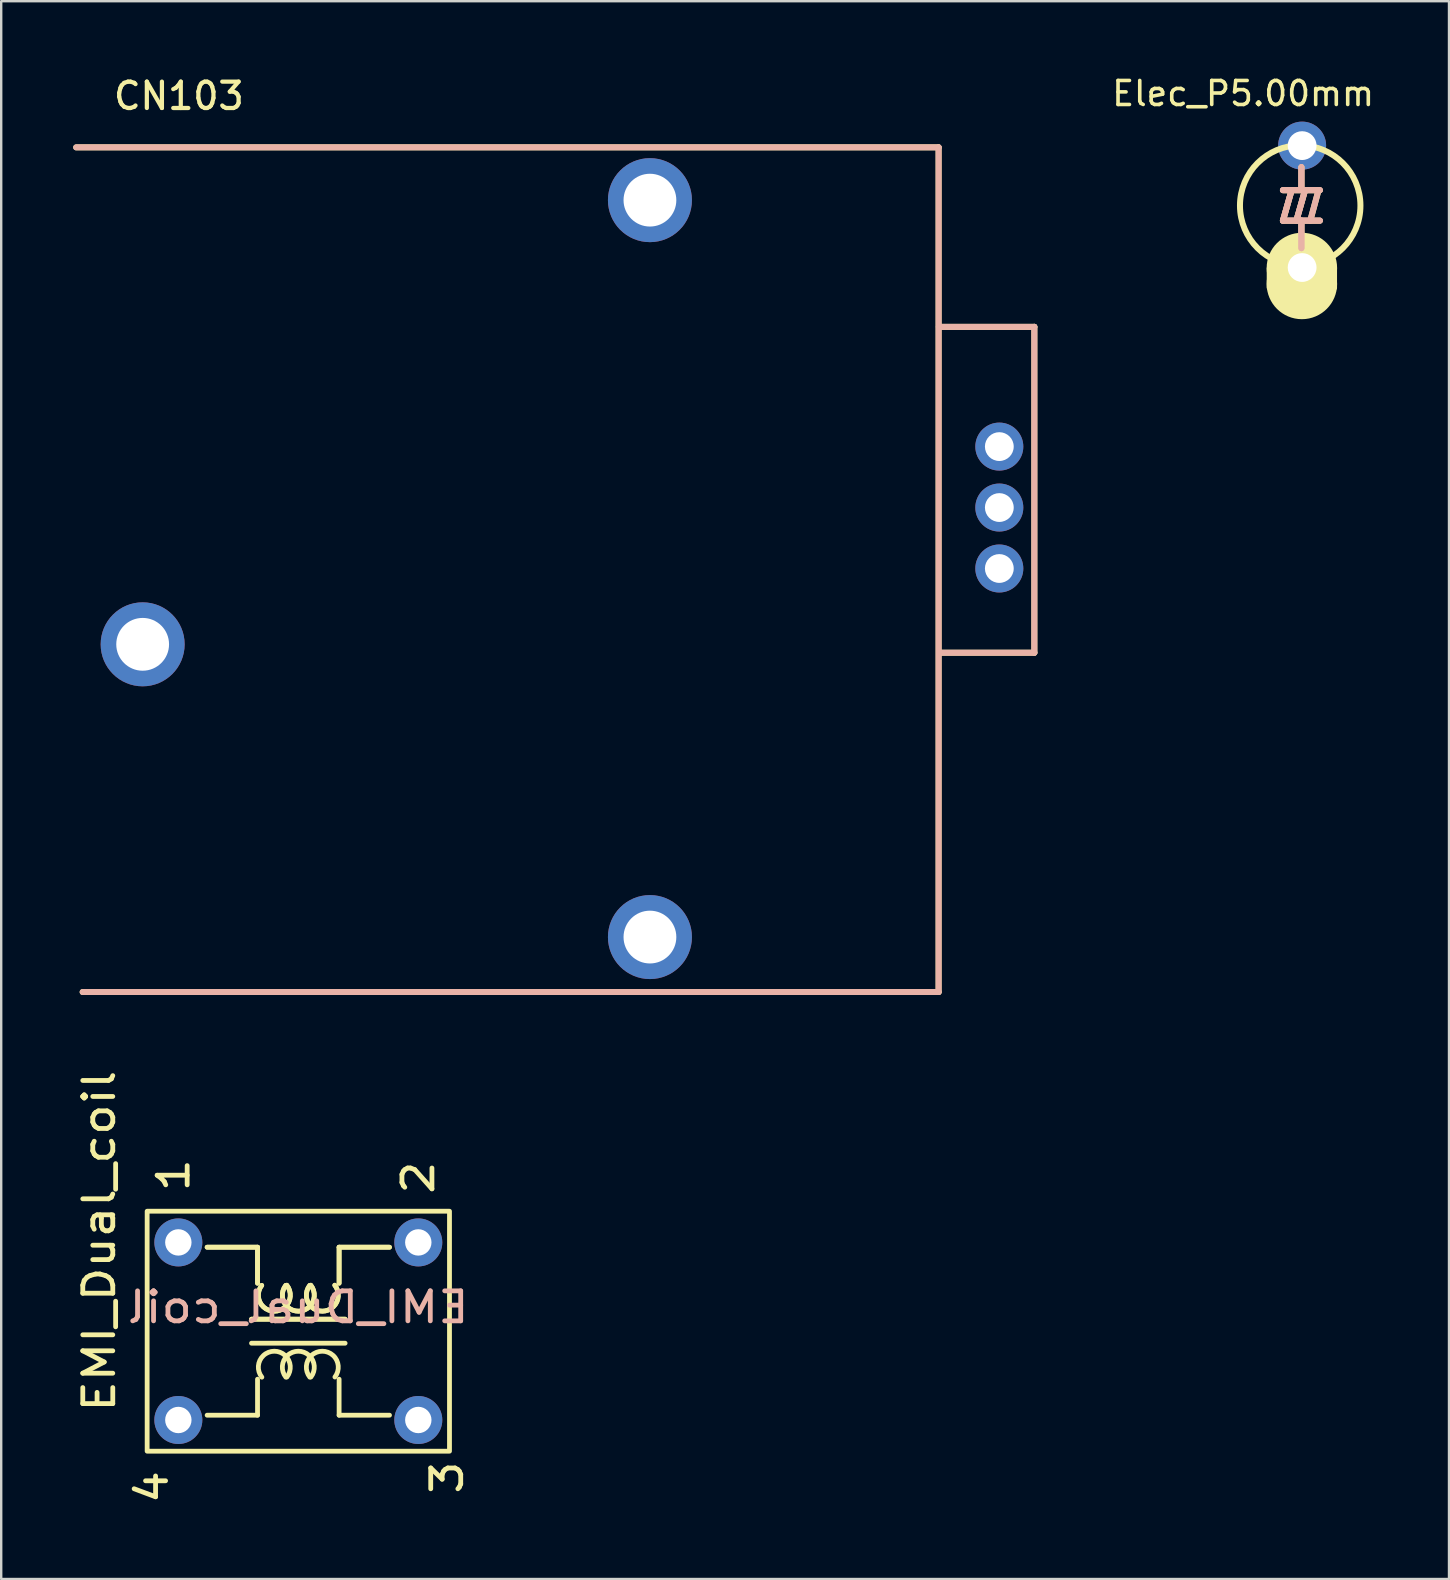
<source format=kicad_pcb>
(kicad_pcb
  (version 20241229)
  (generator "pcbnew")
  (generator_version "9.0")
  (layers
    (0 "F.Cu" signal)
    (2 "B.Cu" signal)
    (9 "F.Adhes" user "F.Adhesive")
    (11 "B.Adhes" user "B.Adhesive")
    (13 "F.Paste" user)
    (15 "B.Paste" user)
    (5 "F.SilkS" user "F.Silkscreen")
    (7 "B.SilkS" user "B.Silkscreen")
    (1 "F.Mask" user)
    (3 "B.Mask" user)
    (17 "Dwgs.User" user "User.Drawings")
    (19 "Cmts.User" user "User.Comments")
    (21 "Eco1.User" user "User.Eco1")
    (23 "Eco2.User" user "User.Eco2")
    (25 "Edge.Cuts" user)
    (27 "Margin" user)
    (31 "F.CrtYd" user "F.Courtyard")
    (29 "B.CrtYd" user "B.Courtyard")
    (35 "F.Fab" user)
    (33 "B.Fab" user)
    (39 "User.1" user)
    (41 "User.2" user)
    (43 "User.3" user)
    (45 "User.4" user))
  (footprint "EMI_Dual_coil"
    (layer "F.Cu")
    (at 9.382 52.426)
    (property "Reference" "EMI_Dual_coil" (at -8.3 -3.75 90) (unlocked yes) (layer "F.SilkS") (effects (font (size 1.25 1.4) (thickness 0.2))))
    (attr through_hole)
    (fp_line (start -3.8 3.5) (end -1.7 3.5) (stroke (width 0.2) (type default)) (layer "F.SilkS"))
    (fp_line (start -1.95 0.5) (end 1.95 0.5) (stroke (width 0.2) (type default)) (layer "F.SilkS"))
    (fp_line (start -1.7 -3.5) (end -3.8 -3.5) (stroke (width 0.2) (type default)) (layer "F.SilkS"))
    (fp_line (start -1.7 -3.5) (end -3.8 -3.5) (stroke (width 0.2) (type default)) (layer "F.SilkS"))
    (fp_line (start -1.7 -3.5) (end -1.7 -2) (stroke (width 0.2) (type default)) (layer "F.SilkS"))
    (fp_line (start -1.7 -3.5) (end -1.7 -2) (stroke (width 0.2) (type default)) (layer "F.SilkS"))
    (fp_line (start -1.7 3.5) (end -1.7 2) (stroke (width 0.2) (type default)) (layer "F.SilkS"))
    (fp_line (start 1.7 -3.5) (end 1.7 -2) (stroke (width 0.2) (type default)) (layer "F.SilkS"))
    (fp_line (start 1.7 -3.5) (end 1.7 -2) (stroke (width 0.2) (type default)) (layer "F.SilkS"))
    (fp_line (start 1.7 3.5) (end 1.7 2) (stroke (width 0.2) (type default)) (layer "F.SilkS"))
    (fp_line (start 1.7 3.5) (end 3.8 3.5) (stroke (width 0.2) (type default)) (layer "F.SilkS"))
    (fp_line (start 1.95 -0.5) (end -1.95 -0.5) (stroke (width 0.2) (type default)) (layer "F.SilkS"))
    (fp_line (start 1.95 -0.5) (end -1.95 -0.5) (stroke (width 0.2) (type default)) (layer "F.SilkS"))
    (fp_line (start 3.8 -3.5) (end 1.7 -3.5) (stroke (width 0.2) (type default)) (layer "F.SilkS"))
    (fp_line (start 3.8 -3.5) (end 1.7 -3.5) (stroke (width 0.2) (type default)) (layer "F.SilkS"))
    (fp_rect (start -6.3 5) (end 6.3 -5) (stroke (width 0.2) (type default)) (fill no) (layer "F.SilkS"))
    (fp_arc (start -1.520008 1.916013) (mid -1.004562 0.834076) (end -0.474341 1.908849) (stroke (width 0.2) (type default)) (layer "F.SilkS"))
    (fp_arc (start -0.520008 1.916013) (mid -0.004562 0.834076) (end 0.525659 1.908849) (stroke (width 0.2) (type default)) (layer "F.SilkS"))
    (fp_arc (start -0.479992 -1.916013) (mid -0.995438 -0.834076) (end -1.525659 -1.908849) (stroke (width 0.2) (type default)) (layer "F.SilkS"))
    (fp_arc (start -0.479992 -1.916013) (mid -0.995438 -0.834076) (end -1.525659 -1.908849) (stroke (width 0.2) (type default)) (layer "F.SilkS"))
    (fp_arc (start 0.479992 1.916013) (mid 0.995438 0.834076) (end 1.525659 1.908849) (stroke (width 0.2) (type default)) (layer "F.SilkS"))
    (fp_arc (start 0.520008 -1.916013) (mid 0.004562 -0.834076) (end -0.525659 -1.908849) (stroke (width 0.2) (type default)) (layer "F.SilkS"))
    (fp_arc (start 0.520008 -1.916013) (mid 0.004562 -0.834076) (end -0.525659 -1.908849) (stroke (width 0.2) (type default)) (layer "F.SilkS"))
    (fp_arc (start 1.520008 -1.916013) (mid 1.004562 -0.834076) (end 0.474341 -1.908849) (stroke (width 0.2) (type default)) (layer "F.SilkS"))
    (fp_arc (start 1.520008 -1.916013) (mid 1.004562 -0.834076) (end 0.474341 -1.908849) (stroke (width 0.2) (type default)) (layer "F.SilkS"))
    (fp_text user "3" (at 6.2 6.1 90) (unlocked yes) (layer "F.SilkS") (effects (font (size 1.25 1.4) (thickness 0.2))))
    (fp_text user "1" (at -5.2 -6.5 90) (unlocked yes) (layer "F.SilkS") (effects (font (size 1.25 1.4) (thickness 0.2))))
    (fp_text user "4" (at -6.1 6.5 90) (unlocked yes) (layer "F.SilkS") (effects (font (size 1.25 1.4) (thickness 0.2))))
    (fp_text user "2" (at 5 -6.4 90) (unlocked yes) (layer "F.SilkS") (effects (font (size 1.25 1.4) (thickness 0.2))))
    (fp_text user "${REFERENCE}" (at 0 -1 0) (unlocked yes) (layer "B.SilkS") (effects (font (size 1.25 1.4) (thickness 0.2)) (justify mirror)))
    (pad "1" thru_hole circle (at -5 -3.7) (size 2 2) (drill 1.1) (layers "*.Cu" "*.Mask"))
    (pad "2" thru_hole circle (at 5 -3.7) (size 2 2) (drill 1.1) (layers "*.Cu" "*.Mask"))
    (pad "3" thru_hole circle (at -5 3.7) (size 2 2) (drill 1.1) (layers "*.Cu" "*.Mask"))
    (pad "4" thru_hole circle (at 5 3.7) (size 2 2) (drill 1.1) (layers "*.Cu" "*.Mask")))
  (footprint "Elec_P5.00mm"
    (layer "F.Cu")
    (at 51.177 5.898)
    (property "Reference" "Elec_P5.00mm" (at -2.42 -5.05 0) (layer "F.SilkS") (effects (font (size 1 1) (thickness 0.15))))
    (attr through_hole)
    (fp_line (start -1.313 3.04) (end -1.313 2.24) (stroke (width 0.25) (type solid)) (layer "F.SilkS"))
    (fp_line (start -0.763 -1.02) (end 0.777 -1.02) (stroke (width 0.25) (type default)) (layer "F.SilkS"))
    (fp_line (start -0.763 0.25) (end -0.403 -1.01) (stroke (width 0.25) (type default)) (layer "F.SilkS"))
    (fp_line (start -0.763 0.25) (end 0.777 0.25) (stroke (width 0.25) (type default)) (layer "F.SilkS"))
    (fp_line (start -0.203 0.25) (end 0.157 -1.01) (stroke (width 0.25) (type default)) (layer "F.SilkS"))
    (fp_line (start 0.007 -1.02) (end 0.007 -1.98) (stroke (width 0.25) (type default)) (layer "F.SilkS"))
    (fp_line (start 0.007 0.25) (end 0.007 1.4) (stroke (width 0.25) (type default)) (layer "F.SilkS"))
    (fp_line (start 0.72 -1.02) (end 0.377 0.25) (stroke (width 0.25) (type default)) (layer "F.SilkS"))
    (fp_line (start 1.367 3.04) (end 1.367 2.24) (stroke (width 0.25) (type solid)) (layer "F.SilkS"))
    (fp_circle (center -0.043 -0.38) (end 2.467 -0.38) (stroke (width 0.25) (type default)) (fill no) (layer "F.SilkS"))
    (fp_circle (center 0.027 2.22) (end 1.37 2.22) (stroke (width 0.25) (type solid)) (fill yes) (layer "F.SilkS"))
    (fp_circle (center 0.027 2.886) (end 1.37 2.886) (stroke (width 0.25) (type solid)) (fill yes) (layer "F.SilkS"))
    (fp_line (start -0.763 -1.025) (end 0.777 -1.025) (stroke (width 0.25) (type default)) (layer "B.SilkS"))
    (fp_line (start -0.763 -1.025) (end 0.777 -1.025) (stroke (width 0.25) (type default)) (layer "B.SilkS"))
    (fp_line (start -0.763 0.245) (end -0.403 -1.015) (stroke (width 0.25) (type default)) (layer "B.SilkS"))
    (fp_line (start -0.763 0.245) (end -0.403 -1.015) (stroke (width 0.25) (type default)) (layer "B.SilkS"))
    (fp_line (start -0.763 0.245) (end 0.777 0.245) (stroke (width 0.25) (type default)) (layer "B.SilkS"))
    (fp_line (start -0.763 0.245) (end 0.777 0.245) (stroke (width 0.25) (type default)) (layer "B.SilkS"))
    (fp_line (start -0.203 0.245) (end 0.157 -1.015) (stroke (width 0.25) (type default)) (layer "B.SilkS"))
    (fp_line (start -0.203 0.245) (end 0.157 -1.015) (stroke (width 0.25) (type default)) (layer "B.SilkS"))
    (fp_line (start 0.007 -1.025) (end 0.007 -1.985) (stroke (width 0.25) (type default)) (layer "B.SilkS"))
    (fp_line (start 0.007 -1.025) (end 0.007 -1.985) (stroke (width 0.25) (type default)) (layer "B.SilkS"))
    (fp_line (start 0.007 0.245) (end 0.007 1.395) (stroke (width 0.25) (type default)) (layer "B.SilkS"))
    (fp_line (start 0.007 0.245) (end 0.007 1.395) (stroke (width 0.25) (type default)) (layer "B.SilkS"))
    (fp_line (start 0.72 -1.02) (end 0.377 0.245) (stroke (width 0.25) (type default)) (layer "B.SilkS"))
    (pad "1" thru_hole circle (at 0.037 -2.88) (size 2 2) (drill 1.2) (layers "*.Cu" "*.Mask"))
    (pad "2" thru_hole circle (at 0.037 2.2) (size 2 2) (drill 1.2) (layers "*.Cu" "*.Mask")))
  (footprint "CN103"
    (layer "F.Cu")
    (at 17.375 33.431)
    (property "Reference" "CN103" (at -12.97 -32.48 180) (layer "F.SilkS") (effects (font (size 1.1 1.1) (thickness 0.175))))
    (attr through_hole)
    (fp_line (start -17.25 -30.34) (end 18.69 -30.34) (stroke (width 0.25) (type default)) (layer "F.SilkS"))
    (fp_line (start 18.69 -30.34) (end 18.69 4.86) (stroke (width 0.25) (type default)) (layer "F.SilkS"))
    (fp_line (start 18.69 4.86) (end -16.98 4.86) (stroke (width 0.25) (type default)) (layer "F.SilkS"))
    (fp_line (start 18.7 -22.86) (end 22.68 -22.86) (stroke (width 0.25) (type default)) (layer "F.SilkS"))
    (fp_line (start 22.68 -22.86) (end 22.68 -9.28) (stroke (width 0.25) (type default)) (layer "F.SilkS"))
    (fp_line (start 22.68 -9.28) (end 18.76 -9.28) (stroke (width 0.25) (type default)) (layer "F.SilkS"))
    (fp_line (start -17.25 -30.34) (end 18.69 -30.34) (stroke (width 0.25) (type default)) (layer "B.SilkS"))
    (fp_line (start 18.69 -30.34) (end 18.69 4.86) (stroke (width 0.25) (type default)) (layer "B.SilkS"))
    (fp_line (start 18.69 4.86) (end -16.98 4.86) (stroke (width 0.25) (type default)) (layer "B.SilkS"))
    (fp_line (start 18.72 -22.86) (end 22.68 -22.86) (stroke (width 0.25) (type default)) (layer "B.SilkS"))
    (fp_line (start 22.68 -22.86) (end 22.68 -9.28) (stroke (width 0.25) (type default)) (layer "B.SilkS"))
    (fp_line (start 22.68 -9.28) (end 18.73 -9.28) (stroke (width 0.25) (type default)) (layer "B.SilkS"))
    (pad "0" thru_hole circle (at -14.48 -9.63 180) (size 3.5 3.5) (drill 2.2) (layers "*.Cu" "*.Mask"))
    (pad "0" thru_hole circle (at 6.66 -28.14 180) (size 3.5 3.5) (drill 2.2) (layers "*.Cu" "*.Mask"))
    (pad "0" thru_hole circle (at 6.66 2.57 180) (size 3.5 3.5) (drill 2.2) (layers "*.Cu" "*.Mask"))
    (pad "0" thru_hole circle (at 21.22 -15.33 180) (size 2 2) (drill 1.2) (layers "*.Cu" "*.Mask"))
    (pad "1" thru_hole circle (at 21.22 -12.79 180) (size 2 2) (drill 1.2) (layers "*.Cu" "*.Mask"))
    (pad "2" thru_hole circle (at 21.22 -17.87 180) (size 2 2) (drill 1.2) (layers "*.Cu" "*.Mask")))
  (gr_rect
    (start -3 -3)
    (end 57.335 62.752)
    (stroke (width 0.1) (type default))
    (fill no)
    (layer "Edge.Cuts")))
</source>
